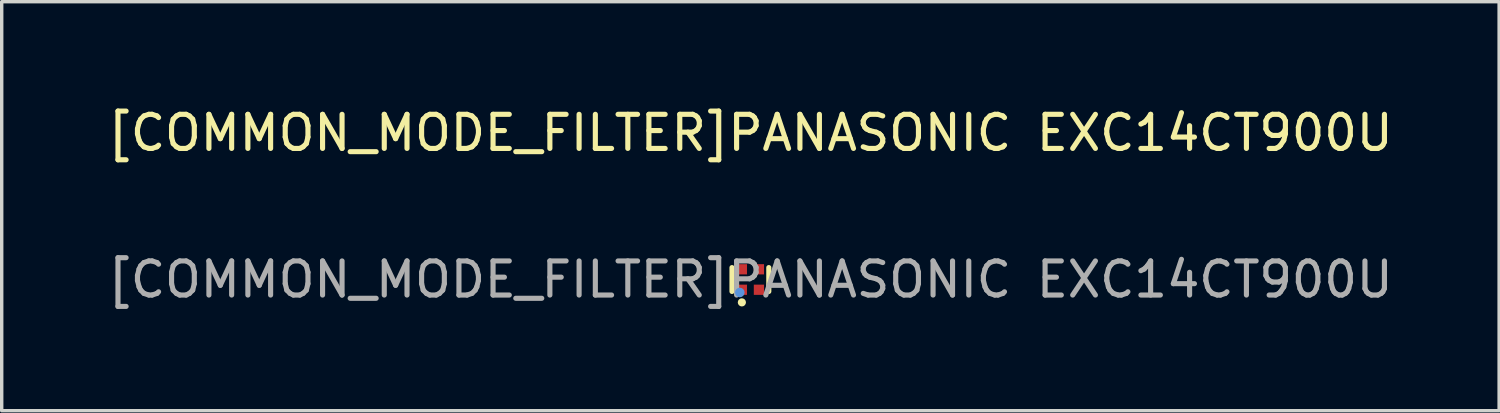
<source format=kicad_pcb>
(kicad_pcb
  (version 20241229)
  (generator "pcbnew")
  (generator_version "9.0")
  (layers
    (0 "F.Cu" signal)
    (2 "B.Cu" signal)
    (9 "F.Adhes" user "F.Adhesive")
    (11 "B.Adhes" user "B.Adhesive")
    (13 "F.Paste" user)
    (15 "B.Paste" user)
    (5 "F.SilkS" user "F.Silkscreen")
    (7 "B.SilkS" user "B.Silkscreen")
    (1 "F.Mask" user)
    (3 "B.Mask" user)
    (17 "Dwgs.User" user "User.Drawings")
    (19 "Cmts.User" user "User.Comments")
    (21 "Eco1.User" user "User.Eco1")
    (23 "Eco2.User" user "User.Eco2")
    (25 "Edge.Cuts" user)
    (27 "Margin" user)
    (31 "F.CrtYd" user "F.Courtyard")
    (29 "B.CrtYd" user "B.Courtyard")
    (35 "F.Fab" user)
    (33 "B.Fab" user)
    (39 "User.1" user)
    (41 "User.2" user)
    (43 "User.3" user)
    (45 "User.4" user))
  (footprint "[COMMON_MODE_FILTER]PANASONIC EXC14CT900U"
    (layer "F.Cu")
    (at 18.958 5.148)
    (property "Reference" "[COMMON_MODE_FILTER]PANASONIC EXC14CT900U" (at 0 -4.3 0) (layer "F.SilkS") (effects (font (size 1 1) (thickness 0.15))))
    (attr smd)
    (fp_line (start -0.54 -0.35) (end -0.54 0.35) (stroke (width 0.15) (type solid)) (layer "F.SilkS"))
    (fp_line (start 0.54 -0.35) (end 0.54 0.35) (stroke (width 0.15) (type solid)) (layer "F.SilkS"))
    (fp_circle (center -0.25 0.67) (end -0.19 0.67) (stroke (width 0.12) (type solid)) (fill no) (layer "F.SilkS"))
    (fp_circle (center -0.31 0.38) (end -0.24 0.38) (stroke (width 0.14) (type solid)) (fill no) (layer "Cmts.User"))
    (fp_circle (center -0.42 0.32) (end -0.39 0.32) (stroke (width 0.06) (type solid)) (fill no) (layer "F.Fab"))
    (fp_text user "${REFERENCE}" (at 0 0 0) (layer "F.Fab") (effects (font (size 1 1) (thickness 0.15))))
    (pad "1" smd rect (at -0.25 0.3 90) (size 0.3 0.3) (layers "F.Cu" "F.Mask" "F.Paste"))
    (pad "2" smd rect (at 0.25 0.3 90) (size 0.3 0.3) (layers "F.Cu" "F.Mask" "F.Paste"))
    (pad "3" smd rect (at 0.25 -0.3 90) (size 0.3 0.3) (layers "F.Cu" "F.Mask" "F.Paste"))
    (pad "4" smd rect (at -0.25 -0.3 90) (size 0.3 0.3) (layers "F.Cu" "F.Mask" "F.Paste")))
  (gr_rect
    (start -3 -3)
    (end 40.917 8.996)
    (stroke (width 0.1) (type default))
    (fill no)
    (layer "Edge.Cuts")))
</source>
